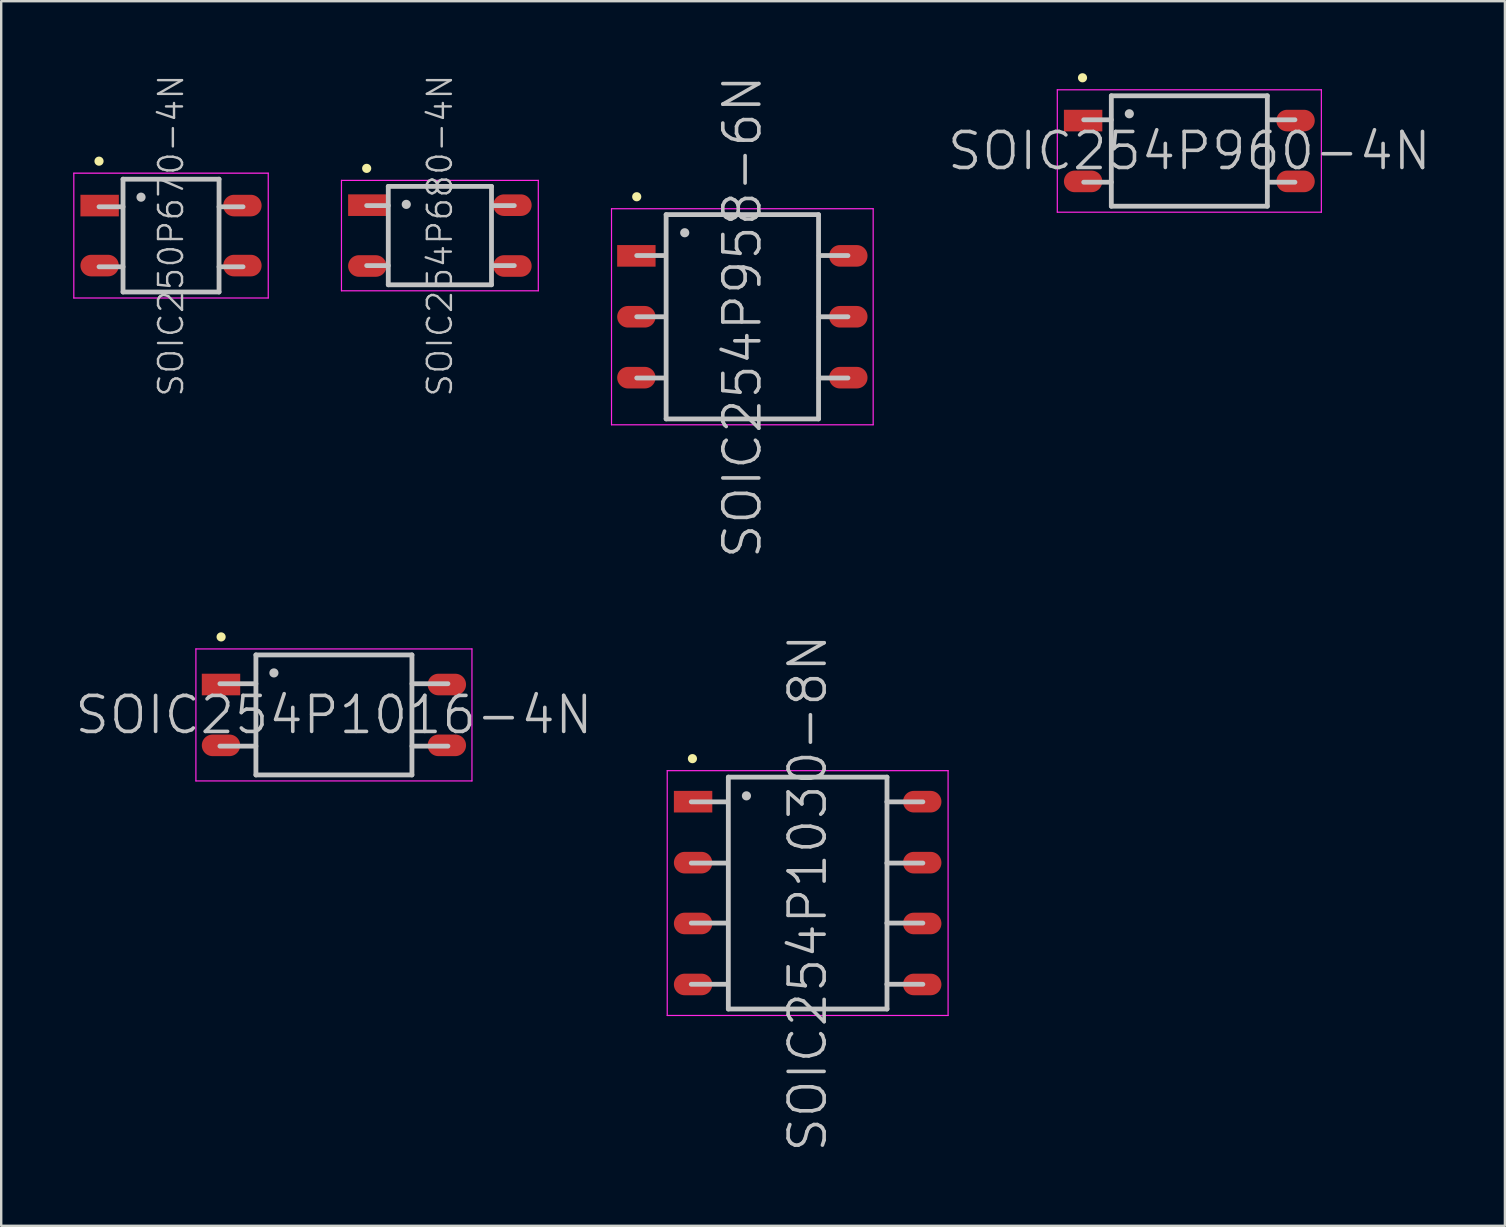
<source format=kicad_pcb>
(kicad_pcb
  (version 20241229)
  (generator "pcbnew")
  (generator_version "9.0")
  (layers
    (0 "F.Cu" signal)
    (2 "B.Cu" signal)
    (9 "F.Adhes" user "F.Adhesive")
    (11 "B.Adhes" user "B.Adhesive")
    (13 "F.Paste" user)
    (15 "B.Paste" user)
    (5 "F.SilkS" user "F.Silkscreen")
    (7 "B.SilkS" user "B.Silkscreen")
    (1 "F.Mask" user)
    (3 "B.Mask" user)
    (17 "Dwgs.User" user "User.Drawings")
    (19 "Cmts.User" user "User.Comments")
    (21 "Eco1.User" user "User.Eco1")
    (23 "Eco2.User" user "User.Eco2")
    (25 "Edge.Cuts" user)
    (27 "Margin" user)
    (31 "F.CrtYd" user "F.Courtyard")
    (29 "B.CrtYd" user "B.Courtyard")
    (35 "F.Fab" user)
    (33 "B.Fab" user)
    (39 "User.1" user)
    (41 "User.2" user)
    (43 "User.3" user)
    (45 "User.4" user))
  (footprint "SOIC254P958-6N"
    (layer "F.Cu")
    (at 27.875 10.146)
    (property "Reference" "SOIC254P958-6N" (at 0 0 90) (layer "Dwgs.User") (effects (font (size 1.5 1.5) (thickness 0.15))))
    (attr smd)
    (fp_line (start -4.4 -5) (end -4.4 -5) (stroke (width 0.381) (type solid)) (layer "F.SilkS"))
    (fp_line (start -4.4 -2.55) (end -3.2 -2.55) (stroke (width 0.2) (type solid)) (layer "Dwgs.User"))
    (fp_line (start -4.4 0) (end -3.2 0) (stroke (width 0.2) (type solid)) (layer "Dwgs.User"))
    (fp_line (start -4.4 2.55) (end -3.2 2.55) (stroke (width 0.2) (type solid)) (layer "Dwgs.User"))
    (fp_line (start -3.175 -4.255) (end -3.175 4.255) (stroke (width 0.2) (type solid)) (layer "Dwgs.User"))
    (fp_line (start -3.175 -4.255) (end 3.175 -4.255) (stroke (width 0.2) (type solid)) (layer "Dwgs.User"))
    (fp_line (start -3.175 4.255) (end 3.175 4.255) (stroke (width 0.2) (type solid)) (layer "Dwgs.User"))
    (fp_line (start -2.4 -3.5) (end -2.4 -3.5) (stroke (width 0.381) (type solid)) (layer "Dwgs.User"))
    (fp_line (start 3.175 -4.255) (end 3.175 4.255) (stroke (width 0.2) (type solid)) (layer "Dwgs.User"))
    (fp_line (start 3.2 -2.55) (end 4.4 -2.55) (stroke (width 0.2) (type solid)) (layer "Dwgs.User"))
    (fp_line (start 3.2 0) (end 4.4 0) (stroke (width 0.2) (type solid)) (layer "Dwgs.User"))
    (fp_line (start 3.2 2.55) (end 4.4 2.55) (stroke (width 0.2) (type solid)) (layer "Dwgs.User"))
    (fp_line (start -5.45 -4.5) (end -5.45 4.5) (stroke (width 0.05) (type solid)) (layer "F.CrtYd"))
    (fp_line (start -5.45 -4.5) (end 5.45 -4.5) (stroke (width 0.05) (type solid)) (layer "F.CrtYd"))
    (fp_line (start -5.45 4.5) (end 5.45 4.5) (stroke (width 0.05) (type solid)) (layer "F.CrtYd"))
    (fp_line (start 5.45 -4.5) (end 5.45 4.5) (stroke (width 0.05) (type solid)) (layer "F.CrtYd"))
    (pad "1" smd rect (at -4.415 -2.537 180) (size 1.6 0.9) (layers "F.Cu" "F.Mask" "F.Paste"))
    (pad "2" smd oval (at -4.415 0 180) (size 1.6 0.9) (layers "F.Cu" "F.Mask" "F.Paste"))
    (pad "3" smd oval (at -4.415 2.537 180) (size 1.6 0.9) (layers "F.Cu" "F.Mask" "F.Paste"))
    (pad "4" smd oval (at 4.415 2.537) (size 1.6 0.9) (layers "F.Cu" "F.Mask" "F.Paste"))
    (pad "5" smd oval (at 4.415 0) (size 1.6 0.9) (layers "F.Cu" "F.Mask" "F.Paste"))
    (pad "6" smd oval (at 4.415 -2.537) (size 1.6 0.9) (layers "F.Cu" "F.Mask" "F.Paste")))
  (footprint "SOIC250P670-4N"
    (layer "F.Cu")
    (at 4.075 6.764)
    (property "Reference" "SOIC250P670-4N" (at 0 0 90) (layer "Dwgs.User") (effects (font (size 1 1) (thickness 0.1))))
    (attr smd)
    (fp_line (start -3 -3.1) (end -3 -3.1) (stroke (width 0.381) (type solid)) (layer "F.SilkS"))
    (fp_line (start -3 -1.2) (end -2 -1.2) (stroke (width 0.2) (type solid)) (layer "Dwgs.User"))
    (fp_line (start -3 1.3) (end -2 1.3) (stroke (width 0.2) (type solid)) (layer "Dwgs.User"))
    (fp_line (start -2 -2.35) (end -2 2.35) (stroke (width 0.2) (type solid)) (layer "Dwgs.User"))
    (fp_line (start -2 -2.35) (end 2 -2.35) (stroke (width 0.2) (type solid)) (layer "Dwgs.User"))
    (fp_line (start -2 2.35) (end 2 2.35) (stroke (width 0.2) (type solid)) (layer "Dwgs.User"))
    (fp_line (start -1.25 -1.6) (end -1.25 -1.6) (stroke (width 0.381) (type solid)) (layer "Dwgs.User"))
    (fp_line (start 2 -2.35) (end 2 2.35) (stroke (width 0.2) (type solid)) (layer "Dwgs.User"))
    (fp_line (start 2 -1.2) (end 3 -1.2) (stroke (width 0.2) (type solid)) (layer "Dwgs.User"))
    (fp_line (start 2 1.3) (end 3 1.3) (stroke (width 0.2) (type solid)) (layer "Dwgs.User"))
    (fp_line (start -4.05 -2.6) (end -4.05 2.6) (stroke (width 0.05) (type solid)) (layer "F.CrtYd"))
    (fp_line (start -4.05 -2.6) (end 4.05 -2.6) (stroke (width 0.05) (type solid)) (layer "F.CrtYd"))
    (fp_line (start -4.05 2.6) (end 4.05 2.6) (stroke (width 0.05) (type solid)) (layer "F.CrtYd"))
    (fp_line (start 4.05 -2.6) (end 4.05 2.6) (stroke (width 0.05) (type solid)) (layer "F.CrtYd"))
    (pad "1" smd rect (at -2.974 -1.25 180) (size 1.6 0.9) (layers "F.Cu" "F.Mask" "F.Paste"))
    (pad "2" smd oval (at -2.974 1.25 180) (size 1.6 0.9) (layers "F.Cu" "F.Mask" "F.Paste"))
    (pad "3" smd oval (at 2.974 1.25) (size 1.6 0.9) (layers "F.Cu" "F.Mask" "F.Paste"))
    (pad "4" smd oval (at 2.974 -1.25) (size 1.6 0.9) (layers "F.Cu" "F.Mask" "F.Paste")))
  (footprint "SOIC254P1030-8N"
    (layer "F.Cu")
    (at 30.596 34.154)
    (property "Reference" "SOIC254P1030-8N" (at 0 0 90) (layer "Dwgs.User") (effects (font (size 1.5 1.5) (thickness 0.15))))
    (attr smd)
    (fp_line (start -4.8 -5.6) (end -4.8 -5.6) (stroke (width 0.381) (type solid)) (layer "F.SilkS"))
    (fp_line (start -4.85 -3.8) (end -3.35 -3.8) (stroke (width 0.2) (type solid)) (layer "Dwgs.User"))
    (fp_line (start -4.85 -1.25) (end -3.35 -1.25) (stroke (width 0.2) (type solid)) (layer "Dwgs.User"))
    (fp_line (start -4.85 1.25) (end -3.35 1.25) (stroke (width 0.2) (type solid)) (layer "Dwgs.User"))
    (fp_line (start -4.85 3.8) (end -3.35 3.8) (stroke (width 0.2) (type solid)) (layer "Dwgs.User"))
    (fp_line (start -3.305 -4.83) (end -3.305 4.83) (stroke (width 0.2) (type solid)) (layer "Dwgs.User"))
    (fp_line (start -3.305 -4.83) (end 3.305 -4.83) (stroke (width 0.2) (type solid)) (layer "Dwgs.User"))
    (fp_line (start -3.305 4.83) (end 3.305 4.83) (stroke (width 0.2) (type solid)) (layer "Dwgs.User"))
    (fp_line (start -2.55 -4.05) (end -2.55 -4.05) (stroke (width 0.381) (type solid)) (layer "Dwgs.User"))
    (fp_line (start 3.3 -3.8) (end 4.8 -3.8) (stroke (width 0.2) (type solid)) (layer "Dwgs.User"))
    (fp_line (start 3.3 -1.25) (end 4.8 -1.25) (stroke (width 0.2) (type solid)) (layer "Dwgs.User"))
    (fp_line (start 3.3 1.25) (end 4.8 1.25) (stroke (width 0.2) (type solid)) (layer "Dwgs.User"))
    (fp_line (start 3.3 3.8) (end 4.8 3.8) (stroke (width 0.2) (type solid)) (layer "Dwgs.User"))
    (fp_line (start 3.305 -4.83) (end 3.305 4.83) (stroke (width 0.2) (type solid)) (layer "Dwgs.User"))
    (fp_line (start -5.85 -5.1) (end -5.85 5.1) (stroke (width 0.05) (type solid)) (layer "F.CrtYd"))
    (fp_line (start -5.85 -5.1) (end 5.85 -5.1) (stroke (width 0.05) (type solid)) (layer "F.CrtYd"))
    (fp_line (start -5.85 5.1) (end 5.85 5.1) (stroke (width 0.05) (type solid)) (layer "F.CrtYd"))
    (fp_line (start 5.85 -5.1) (end 5.85 5.1) (stroke (width 0.05) (type solid)) (layer "F.CrtYd"))
    (pad "1" smd rect (at -4.773 -3.807 180) (size 1.6 0.9) (layers "F.Cu" "F.Mask" "F.Paste"))
    (pad "2" smd oval (at -4.773 -1.267 180) (size 1.6 0.9) (layers "F.Cu" "F.Mask" "F.Paste"))
    (pad "3" smd oval (at -4.773 1.267 180) (size 1.6 0.9) (layers "F.Cu" "F.Mask" "F.Paste"))
    (pad "4" smd oval (at -4.773 3.807 180) (size 1.6 0.9) (layers "F.Cu" "F.Mask" "F.Paste"))
    (pad "5" smd oval (at 4.773 3.807) (size 1.6 0.9) (layers "F.Cu" "F.Mask" "F.Paste"))
    (pad "6" smd oval (at 4.773 1.267) (size 1.6 0.9) (layers "F.Cu" "F.Mask" "F.Paste"))
    (pad "7" smd oval (at 4.773 -1.267) (size 1.6 0.9) (layers "F.Cu" "F.Mask" "F.Paste"))
    (pad "8" smd oval (at 4.773 -3.807) (size 1.6 0.9) (layers "F.Cu" "F.Mask" "F.Paste")))
  (footprint "SOIC254P680-4N"
    (layer "F.Cu")
    (at 15.275 6.764)
    (property "Reference" "SOIC254P680-4N" (at 0 0 90) (layer "Dwgs.User") (effects (font (size 1 1) (thickness 0.1))))
    (attr smd)
    (fp_line (start -3.05 -2.8) (end -3.05 -2.8) (stroke (width 0.381) (type solid)) (layer "F.SilkS"))
    (fp_line (start -3.05 -1.25) (end -2.15 -1.25) (stroke (width 0.2) (type solid)) (layer "Dwgs.User"))
    (fp_line (start -3.05 1.25) (end -2.15 1.25) (stroke (width 0.2) (type solid)) (layer "Dwgs.User"))
    (fp_line (start -2.15 -2.05) (end -2.15 2.05) (stroke (width 0.2) (type solid)) (layer "Dwgs.User"))
    (fp_line (start -2.15 -2.05) (end 2.15 -2.05) (stroke (width 0.2) (type solid)) (layer "Dwgs.User"))
    (fp_line (start -2.15 2.05) (end 2.15 2.05) (stroke (width 0.2) (type solid)) (layer "Dwgs.User"))
    (fp_line (start -1.4 -1.3) (end -1.4 -1.3) (stroke (width 0.381) (type solid)) (layer "Dwgs.User"))
    (fp_line (start 2.15 -2.05) (end 2.15 2.05) (stroke (width 0.2) (type solid)) (layer "Dwgs.User"))
    (fp_line (start 2.2 -1.25) (end 3.1 -1.25) (stroke (width 0.2) (type solid)) (layer "Dwgs.User"))
    (fp_line (start 2.2 1.25) (end 3.1 1.25) (stroke (width 0.2) (type solid)) (layer "Dwgs.User"))
    (fp_line (start -4.1 -2.3) (end -4.1 2.3) (stroke (width 0.05) (type solid)) (layer "F.CrtYd"))
    (fp_line (start -4.1 -2.3) (end 4.1 -2.3) (stroke (width 0.05) (type solid)) (layer "F.CrtYd"))
    (fp_line (start -4.1 2.3) (end 4.1 2.3) (stroke (width 0.05) (type solid)) (layer "F.CrtYd"))
    (fp_line (start 4.1 -2.3) (end 4.1 2.3) (stroke (width 0.05) (type solid)) (layer "F.CrtYd"))
    (pad "1" smd rect (at -3.023 -1.267 180) (size 1.6 0.9) (layers "F.Cu" "F.Mask" "F.Paste"))
    (pad "2" smd oval (at -3.023 1.267 180) (size 1.6 0.9) (layers "F.Cu" "F.Mask" "F.Paste"))
    (pad "3" smd oval (at 3.023 1.267) (size 1.6 0.9) (layers "F.Cu" "F.Mask" "F.Paste"))
    (pad "4" smd oval (at 3.023 -1.267) (size 1.6 0.9) (layers "F.Cu" "F.Mask" "F.Paste")))
  (footprint "SOIC254P1016-4N"
    (layer "F.Cu")
    (at 10.861 26.733)
    (property "Reference" "SOIC254P1016-4N" (at 0 0 0) (layer "Dwgs.User") (effects (font (size 1.5 1.5) (thickness 0.15))))
    (attr smd)
    (fp_line (start -4.7 -3.25) (end -4.7 -3.25) (stroke (width 0.381) (type solid)) (layer "F.SilkS"))
    (fp_line (start -4.75 -1.3) (end -3.25 -1.3) (stroke (width 0.2) (type solid)) (layer "Dwgs.User"))
    (fp_line (start -4.75 1.3) (end -3.25 1.3) (stroke (width 0.2) (type solid)) (layer "Dwgs.User"))
    (fp_line (start -3.25 -2.5) (end -3.25 2.5) (stroke (width 0.2) (type solid)) (layer "Dwgs.User"))
    (fp_line (start -3.25 -2.5) (end 3.25 -2.5) (stroke (width 0.2) (type solid)) (layer "Dwgs.User"))
    (fp_line (start -3.25 2.5) (end 3.25 2.5) (stroke (width 0.2) (type solid)) (layer "Dwgs.User"))
    (fp_line (start -2.5 -1.75) (end -2.5 -1.75) (stroke (width 0.381) (type solid)) (layer "Dwgs.User"))
    (fp_line (start 3.25 -2.5) (end 3.25 2.5) (stroke (width 0.2) (type solid)) (layer "Dwgs.User"))
    (fp_line (start 3.25 -1.3) (end 4.75 -1.3) (stroke (width 0.2) (type solid)) (layer "Dwgs.User"))
    (fp_line (start 3.25 1.3) (end 4.75 1.3) (stroke (width 0.2) (type solid)) (layer "Dwgs.User"))
    (fp_line (start -5.75 -2.75) (end -5.75 2.75) (stroke (width 0.05) (type solid)) (layer "F.CrtYd"))
    (fp_line (start -5.75 -2.75) (end 5.75 -2.75) (stroke (width 0.05) (type solid)) (layer "F.CrtYd"))
    (fp_line (start -5.75 2.75) (end 5.75 2.75) (stroke (width 0.05) (type solid)) (layer "F.CrtYd"))
    (fp_line (start 5.75 -2.75) (end 5.75 2.75) (stroke (width 0.05) (type solid)) (layer "F.CrtYd"))
    (pad "1" smd rect (at -4.704 -1.267 180) (size 1.6 0.9) (layers "F.Cu" "F.Mask" "F.Paste"))
    (pad "2" smd oval (at -4.704 1.267 180) (size 1.6 0.9) (layers "F.Cu" "F.Mask" "F.Paste"))
    (pad "3" smd oval (at 4.704 1.267) (size 1.6 0.9) (layers "F.Cu" "F.Mask" "F.Paste"))
    (pad "4" smd oval (at 4.704 -1.267) (size 1.6 0.9) (layers "F.Cu" "F.Mask" "F.Paste")))
  (footprint "SOIC254P960-4N"
    (layer "F.Cu")
    (at 46.496 3.24)
    (property "Reference" "SOIC254P960-4N" (at 0 0 0) (layer "Dwgs.User") (effects (font (size 1.5 1.5) (thickness 0.15))))
    (attr smd)
    (fp_line (start -4.45 -3.05) (end -4.45 -3.05) (stroke (width 0.381) (type solid)) (layer "F.SilkS"))
    (fp_line (start -4.4 -1.3) (end -3.25 -1.3) (stroke (width 0.2) (type solid)) (layer "Dwgs.User"))
    (fp_line (start -4.4 1.3) (end -3.25 1.3) (stroke (width 0.2) (type solid)) (layer "Dwgs.User"))
    (fp_line (start -3.25 -2.3) (end -3.25 2.3) (stroke (width 0.2) (type solid)) (layer "Dwgs.User"))
    (fp_line (start -3.25 -2.3) (end 3.25 -2.3) (stroke (width 0.2) (type solid)) (layer "Dwgs.User"))
    (fp_line (start -3.25 2.3) (end 3.25 2.3) (stroke (width 0.2) (type solid)) (layer "Dwgs.User"))
    (fp_line (start -2.5 -1.55) (end -2.5 -1.55) (stroke (width 0.381) (type solid)) (layer "Dwgs.User"))
    (fp_line (start 3.25 -2.3) (end 3.25 2.3) (stroke (width 0.2) (type solid)) (layer "Dwgs.User"))
    (fp_line (start 3.25 -1.3) (end 4.4 -1.3) (stroke (width 0.2) (type solid)) (layer "Dwgs.User"))
    (fp_line (start 3.25 1.3) (end 4.4 1.3) (stroke (width 0.2) (type solid)) (layer "Dwgs.User"))
    (fp_line (start -5.5 -2.55) (end -5.5 2.55) (stroke (width 0.05) (type solid)) (layer "F.CrtYd"))
    (fp_line (start -5.5 -2.55) (end 5.5 -2.55) (stroke (width 0.05) (type solid)) (layer "F.CrtYd"))
    (fp_line (start -5.5 2.55) (end 5.5 2.55) (stroke (width 0.05) (type solid)) (layer "F.CrtYd"))
    (fp_line (start 5.5 -2.55) (end 5.5 2.55) (stroke (width 0.05) (type solid)) (layer "F.CrtYd"))
    (pad "1" smd rect (at -4.425 -1.267 180) (size 1.6 0.9) (layers "F.Cu" "F.Mask" "F.Paste"))
    (pad "2" smd oval (at -4.425 1.267 180) (size 1.6 0.9) (layers "F.Cu" "F.Mask" "F.Paste"))
    (pad "3" smd oval (at 4.425 1.267) (size 1.6 0.9) (layers "F.Cu" "F.Mask" "F.Paste"))
    (pad "4" smd oval (at 4.425 -1.267) (size 1.6 0.9) (layers "F.Cu" "F.Mask" "F.Paste")))
  (gr_rect
    (start -3 -3)
    (end 59.643 48.014)
    (stroke (width 0.1) (type default))
    (fill no)
    (layer "Edge.Cuts")))
</source>
